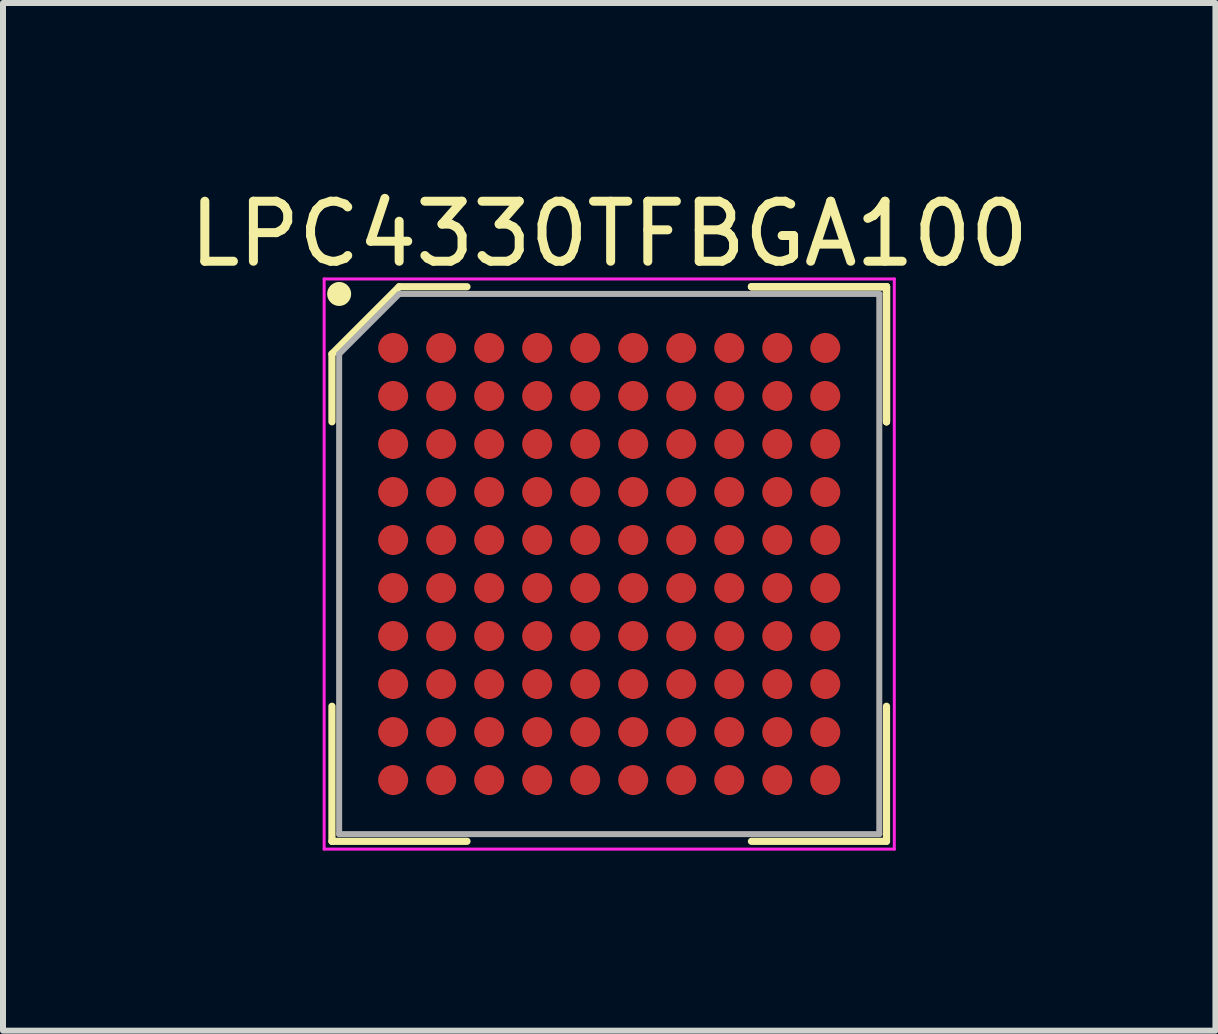
<source format=kicad_pcb>
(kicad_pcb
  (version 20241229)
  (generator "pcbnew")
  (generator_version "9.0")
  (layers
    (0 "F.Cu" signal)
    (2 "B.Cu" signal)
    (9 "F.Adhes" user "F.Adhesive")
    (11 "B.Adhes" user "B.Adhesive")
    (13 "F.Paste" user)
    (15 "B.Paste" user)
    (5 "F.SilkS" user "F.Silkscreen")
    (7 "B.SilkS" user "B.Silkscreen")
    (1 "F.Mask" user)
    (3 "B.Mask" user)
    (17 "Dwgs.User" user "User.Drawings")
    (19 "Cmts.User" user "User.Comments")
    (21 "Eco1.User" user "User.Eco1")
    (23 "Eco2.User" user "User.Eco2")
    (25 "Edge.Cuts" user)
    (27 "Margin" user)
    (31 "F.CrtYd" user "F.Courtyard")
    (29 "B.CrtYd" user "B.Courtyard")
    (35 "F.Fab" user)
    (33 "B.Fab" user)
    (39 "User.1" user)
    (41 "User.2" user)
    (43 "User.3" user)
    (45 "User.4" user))
  (footprint "LPC4330TFBGA100"
    (layer "F.Cu")
    (at 7.101 6.348)
    (property "Reference" "LPC4330TFBGA100" (at 0 -5.5 0) (layer "F.SilkS") (effects (font (size 1 1) (thickness 0.15))))
    (attr smd)
    (fp_line (start -4.62 -3.5) (end -4.62 -2.37) (stroke (width 0.12) (type solid)) (layer "F.SilkS"))
    (fp_line (start -4.62 4.62) (end -4.62 2.37) (stroke (width 0.12) (type solid)) (layer "F.SilkS"))
    (fp_line (start -3.5 -4.62) (end -4.62 -3.5) (stroke (width 0.12) (type solid)) (layer "F.SilkS"))
    (fp_line (start -2.37 -4.62) (end -3.5 -4.62) (stroke (width 0.12) (type solid)) (layer "F.SilkS"))
    (fp_line (start -2.37 4.62) (end -4.62 4.62) (stroke (width 0.12) (type solid)) (layer "F.SilkS"))
    (fp_line (start 2.37 -4.62) (end 4.62 -4.62) (stroke (width 0.12) (type solid)) (layer "F.SilkS"))
    (fp_line (start 2.37 -4.62) (end 4.62 -4.62) (stroke (width 0.12) (type solid)) (layer "F.SilkS"))
    (fp_line (start 2.37 -4.62) (end 4.62 -4.62) (stroke (width 0.12) (type solid)) (layer "F.SilkS"))
    (fp_line (start 2.37 4.62) (end 4.62 4.62) (stroke (width 0.12) (type solid)) (layer "F.SilkS"))
    (fp_line (start 4.62 -4.62) (end 4.62 -2.37) (stroke (width 0.12) (type solid)) (layer "F.SilkS"))
    (fp_line (start 4.62 -4.62) (end 4.62 -2.37) (stroke (width 0.12) (type solid)) (layer "F.SilkS"))
    (fp_line (start 4.62 -4.62) (end 4.62 -2.37) (stroke (width 0.12) (type solid)) (layer "F.SilkS"))
    (fp_line (start 4.62 4.62) (end 4.62 2.37) (stroke (width 0.12) (type solid)) (layer "F.SilkS"))
    (fp_circle (center -4.5 -4.5) (end -4.5 -4.4) (stroke (width 0.2) (type solid)) (fill no) (layer "F.SilkS"))
    (fp_line (start -4.75 -4.75) (end 4.75 -4.75) (stroke (width 0.05) (type solid)) (layer "F.CrtYd"))
    (fp_line (start -4.75 4.75) (end -4.75 -4.75) (stroke (width 0.05) (type solid)) (layer "F.CrtYd"))
    (fp_line (start 4.75 -4.75) (end 4.75 4.75) (stroke (width 0.05) (type solid)) (layer "F.CrtYd"))
    (fp_line (start 4.75 4.75) (end -4.75 4.75) (stroke (width 0.05) (type solid)) (layer "F.CrtYd"))
    (fp_line (start -4.5 -3.5) (end -4.5 4.5) (stroke (width 0.1) (type solid)) (layer "F.Fab"))
    (fp_line (start -4.5 4.5) (end 4.5 4.5) (stroke (width 0.1) (type solid)) (layer "F.Fab"))
    (fp_line (start -3.5 -4.5) (end -4.5 -3.5) (stroke (width 0.1) (type solid)) (layer "F.Fab"))
    (fp_line (start 4.5 -4.5) (end -3.5 -4.5) (stroke (width 0.1) (type solid)) (layer "F.Fab"))
    (fp_line (start 4.5 4.5) (end 4.5 -4.5) (stroke (width 0.1) (type solid)) (layer "F.Fab"))
    (pad "A1" smd circle (at -3.6 -3.6) (size 0.5 0.5) (layers "F.Cu" "F.Mask" "F.Paste"))
    (pad "A2" smd circle (at -2.8 -3.6) (size 0.5 0.5) (layers "F.Cu" "F.Mask" "F.Paste"))
    (pad "A3" smd circle (at -2 -3.6) (size 0.5 0.5) (layers "F.Cu" "F.Mask" "F.Paste"))
    (pad "A4" smd circle (at -1.2 -3.6) (size 0.5 0.5) (layers "F.Cu" "F.Mask" "F.Paste"))
    (pad "A5" smd circle (at -0.4 -3.6) (size 0.5 0.5) (layers "F.Cu" "F.Mask" "F.Paste"))
    (pad "A6" smd circle (at 0.4 -3.6) (size 0.5 0.5) (layers "F.Cu" "F.Mask" "F.Paste"))
    (pad "A7" smd circle (at 1.2 -3.6) (size 0.5 0.5) (layers "F.Cu" "F.Mask" "F.Paste"))
    (pad "A8" smd circle (at 2 -3.6) (size 0.5 0.5) (layers "F.Cu" "F.Mask" "F.Paste"))
    (pad "A9" smd circle (at 2.8 -3.6) (size 0.5 0.5) (layers "F.Cu" "F.Mask" "F.Paste"))
    (pad "A10" smd circle (at 3.6 -3.6) (size 0.5 0.5) (layers "F.Cu" "F.Mask" "F.Paste"))
    (pad "B1" smd circle (at -3.6 -2.8) (size 0.5 0.5) (layers "F.Cu" "F.Mask" "F.Paste"))
    (pad "B2" smd circle (at -2.8 -2.8) (size 0.5 0.5) (layers "F.Cu" "F.Mask" "F.Paste"))
    (pad "B3" smd circle (at -2 -2.8) (size 0.5 0.5) (layers "F.Cu" "F.Mask" "F.Paste"))
    (pad "B4" smd circle (at -1.2 -2.8) (size 0.5 0.5) (layers "F.Cu" "F.Mask" "F.Paste"))
    (pad "B5" smd circle (at -0.4 -2.8) (size 0.5 0.5) (layers "F.Cu" "F.Mask" "F.Paste"))
    (pad "B6" smd circle (at 0.4 -2.8) (size 0.5 0.5) (layers "F.Cu" "F.Mask" "F.Paste"))
    (pad "B7" smd circle (at 1.2 -2.8) (size 0.5 0.5) (layers "F.Cu" "F.Mask" "F.Paste"))
    (pad "B8" smd circle (at 2 -2.8) (size 0.5 0.5) (layers "F.Cu" "F.Mask" "F.Paste"))
    (pad "B9" smd circle (at 2.8 -2.8) (size 0.5 0.5) (layers "F.Cu" "F.Mask" "F.Paste"))
    (pad "B10" smd circle (at 3.6 -2.8) (size 0.5 0.5) (layers "F.Cu" "F.Mask" "F.Paste"))
    (pad "C1" smd circle (at -3.6 -2) (size 0.5 0.5) (layers "F.Cu" "F.Mask" "F.Paste"))
    (pad "C2" smd circle (at -2.8 -2) (size 0.5 0.5) (layers "F.Cu" "F.Mask" "F.Paste"))
    (pad "C3" smd circle (at -2 -2) (size 0.5 0.5) (layers "F.Cu" "F.Mask" "F.Paste"))
    (pad "C4" smd circle (at -1.2 -2) (size 0.5 0.5) (layers "F.Cu" "F.Mask" "F.Paste"))
    (pad "C5" smd circle (at -0.4 -2) (size 0.5 0.5) (layers "F.Cu" "F.Mask" "F.Paste"))
    (pad "C6" smd circle (at 0.4 -2) (size 0.5 0.5) (layers "F.Cu" "F.Mask" "F.Paste"))
    (pad "C7" smd circle (at 1.2 -2) (size 0.5 0.5) (layers "F.Cu" "F.Mask" "F.Paste"))
    (pad "C8" smd circle (at 2 -2) (size 0.5 0.5) (layers "F.Cu" "F.Mask" "F.Paste"))
    (pad "C9" smd circle (at 2.8 -2) (size 0.5 0.5) (layers "F.Cu" "F.Mask" "F.Paste"))
    (pad "C10" smd circle (at 3.6 -2) (size 0.5 0.5) (layers "F.Cu" "F.Mask" "F.Paste"))
    (pad "D1" smd circle (at -3.6 -1.2) (size 0.5 0.5) (layers "F.Cu" "F.Mask" "F.Paste"))
    (pad "D2" smd circle (at -2.8 -1.2) (size 0.5 0.5) (layers "F.Cu" "F.Mask" "F.Paste"))
    (pad "D3" smd circle (at -2 -1.2) (size 0.5 0.5) (layers "F.Cu" "F.Mask" "F.Paste"))
    (pad "D4" smd circle (at -1.2 -1.2) (size 0.5 0.5) (layers "F.Cu" "F.Mask" "F.Paste"))
    (pad "D5" smd circle (at -0.4 -1.2) (size 0.5 0.5) (layers "F.Cu" "F.Mask" "F.Paste"))
    (pad "D6" smd circle (at 0.4 -1.2) (size 0.5 0.5) (layers "F.Cu" "F.Mask" "F.Paste"))
    (pad "D7" smd circle (at 1.2 -1.2) (size 0.5 0.5) (layers "F.Cu" "F.Mask" "F.Paste"))
    (pad "D8" smd circle (at 2 -1.2) (size 0.5 0.5) (layers "F.Cu" "F.Mask" "F.Paste"))
    (pad "D9" smd circle (at 2.8 -1.2) (size 0.5 0.5) (layers "F.Cu" "F.Mask" "F.Paste"))
    (pad "D10" smd circle (at 3.6 -1.2) (size 0.5 0.5) (layers "F.Cu" "F.Mask" "F.Paste"))
    (pad "E1" smd circle (at -3.6 -0.4) (size 0.5 0.5) (layers "F.Cu" "F.Mask" "F.Paste"))
    (pad "E2" smd circle (at -2.8 -0.4) (size 0.5 0.5) (layers "F.Cu" "F.Mask" "F.Paste"))
    (pad "E3" smd circle (at -2 -0.4) (size 0.5 0.5) (layers "F.Cu" "F.Mask" "F.Paste"))
    (pad "E4" smd circle (at -1.2 -0.4) (size 0.5 0.5) (layers "F.Cu" "F.Mask" "F.Paste"))
    (pad "E5" smd circle (at -0.4 -0.4) (size 0.5 0.5) (layers "F.Cu" "F.Mask" "F.Paste"))
    (pad "E6" smd circle (at 0.4 -0.4) (size 0.5 0.5) (layers "F.Cu" "F.Mask" "F.Paste"))
    (pad "E7" smd circle (at 1.2 -0.4) (size 0.5 0.5) (layers "F.Cu" "F.Mask" "F.Paste"))
    (pad "E8" smd circle (at 2 -0.4) (size 0.5 0.5) (layers "F.Cu" "F.Mask" "F.Paste"))
    (pad "E9" smd circle (at 2.8 -0.4) (size 0.5 0.5) (layers "F.Cu" "F.Mask" "F.Paste"))
    (pad "E10" smd circle (at 3.6 -0.4) (size 0.5 0.5) (layers "F.Cu" "F.Mask" "F.Paste"))
    (pad "F1" smd circle (at -3.6 0.4) (size 0.5 0.5) (layers "F.Cu" "F.Mask" "F.Paste"))
    (pad "F2" smd circle (at -2.8 0.4) (size 0.5 0.5) (layers "F.Cu" "F.Mask" "F.Paste"))
    (pad "F3" smd circle (at -2 0.4) (size 0.5 0.5) (layers "F.Cu" "F.Mask" "F.Paste"))
    (pad "F4" smd circle (at -1.2 0.4) (size 0.5 0.5) (layers "F.Cu" "F.Mask" "F.Paste"))
    (pad "F5" smd circle (at -0.4 0.4) (size 0.5 0.5) (layers "F.Cu" "F.Mask" "F.Paste"))
    (pad "F6" smd circle (at 0.4 0.4) (size 0.5 0.5) (layers "F.Cu" "F.Mask" "F.Paste"))
    (pad "F7" smd circle (at 1.2 0.4) (size 0.5 0.5) (layers "F.Cu" "F.Mask" "F.Paste"))
    (pad "F8" smd circle (at 2 0.4) (size 0.5 0.5) (layers "F.Cu" "F.Mask" "F.Paste"))
    (pad "F9" smd circle (at 2.8 0.4) (size 0.5 0.5) (layers "F.Cu" "F.Mask" "F.Paste"))
    (pad "F10" smd circle (at 3.6 0.4) (size 0.5 0.5) (layers "F.Cu" "F.Mask" "F.Paste"))
    (pad "G1" smd circle (at -3.6 1.2) (size 0.5 0.5) (layers "F.Cu" "F.Mask" "F.Paste"))
    (pad "G2" smd circle (at -2.8 1.2) (size 0.5 0.5) (layers "F.Cu" "F.Mask" "F.Paste"))
    (pad "G3" smd circle (at -2 1.2) (size 0.5 0.5) (layers "F.Cu" "F.Mask" "F.Paste"))
    (pad "G4" smd circle (at -1.2 1.2) (size 0.5 0.5) (layers "F.Cu" "F.Mask" "F.Paste"))
    (pad "G5" smd circle (at -0.4 1.2) (size 0.5 0.5) (layers "F.Cu" "F.Mask" "F.Paste"))
    (pad "G6" smd circle (at 0.4 1.2) (size 0.5 0.5) (layers "F.Cu" "F.Mask" "F.Paste"))
    (pad "G7" smd circle (at 1.2 1.2) (size 0.5 0.5) (layers "F.Cu" "F.Mask" "F.Paste"))
    (pad "G8" smd circle (at 2 1.2) (size 0.5 0.5) (layers "F.Cu" "F.Mask" "F.Paste"))
    (pad "G9" smd circle (at 2.8 1.2) (size 0.5 0.5) (layers "F.Cu" "F.Mask" "F.Paste"))
    (pad "G10" smd circle (at 3.6 1.2) (size 0.5 0.5) (layers "F.Cu" "F.Mask" "F.Paste"))
    (pad "H1" smd circle (at -3.6 2) (size 0.5 0.5) (layers "F.Cu" "F.Mask" "F.Paste"))
    (pad "H2" smd circle (at -2.8 2) (size 0.5 0.5) (layers "F.Cu" "F.Mask" "F.Paste"))
    (pad "H3" smd circle (at -2 2) (size 0.5 0.5) (layers "F.Cu" "F.Mask" "F.Paste"))
    (pad "H4" smd circle (at -1.2 2) (size 0.5 0.5) (layers "F.Cu" "F.Mask" "F.Paste"))
    (pad "H5" smd circle (at -0.4 2) (size 0.5 0.5) (layers "F.Cu" "F.Mask" "F.Paste"))
    (pad "H6" smd circle (at 0.4 2) (size 0.5 0.5) (layers "F.Cu" "F.Mask" "F.Paste"))
    (pad "H7" smd circle (at 1.2 2) (size 0.5 0.5) (layers "F.Cu" "F.Mask" "F.Paste"))
    (pad "H8" smd circle (at 2 2) (size 0.5 0.5) (layers "F.Cu" "F.Mask" "F.Paste"))
    (pad "H9" smd circle (at 2.8 2) (size 0.5 0.5) (layers "F.Cu" "F.Mask" "F.Paste"))
    (pad "H10" smd circle (at 3.6 2) (size 0.5 0.5) (layers "F.Cu" "F.Mask" "F.Paste"))
    (pad "J1" smd circle (at -3.6 2.8) (size 0.5 0.5) (layers "F.Cu" "F.Mask" "F.Paste"))
    (pad "J2" smd circle (at -2.8 2.8) (size 0.5 0.5) (layers "F.Cu" "F.Mask" "F.Paste"))
    (pad "J3" smd circle (at -2 2.8) (size 0.5 0.5) (layers "F.Cu" "F.Mask" "F.Paste"))
    (pad "J4" smd circle (at -1.2 2.8) (size 0.5 0.5) (layers "F.Cu" "F.Mask" "F.Paste"))
    (pad "J5" smd circle (at -0.4 2.8) (size 0.5 0.5) (layers "F.Cu" "F.Mask" "F.Paste"))
    (pad "J6" smd circle (at 0.4 2.8) (size 0.5 0.5) (layers "F.Cu" "F.Mask" "F.Paste"))
    (pad "J7" smd circle (at 1.2 2.8) (size 0.5 0.5) (layers "F.Cu" "F.Mask" "F.Paste"))
    (pad "J8" smd circle (at 2 2.8) (size 0.5 0.5) (layers "F.Cu" "F.Mask" "F.Paste"))
    (pad "J9" smd circle (at 2.8 2.8) (size 0.5 0.5) (layers "F.Cu" "F.Mask" "F.Paste"))
    (pad "J10" smd circle (at 3.6 2.8) (size 0.5 0.5) (layers "F.Cu" "F.Mask" "F.Paste"))
    (pad "K1" smd circle (at -3.6 3.6) (size 0.5 0.5) (layers "F.Cu" "F.Mask" "F.Paste"))
    (pad "K2" smd circle (at -2.8 3.6) (size 0.5 0.5) (layers "F.Cu" "F.Mask" "F.Paste"))
    (pad "K3" smd circle (at -2 3.6) (size 0.5 0.5) (layers "F.Cu" "F.Mask" "F.Paste"))
    (pad "K4" smd circle (at -1.2 3.6) (size 0.5 0.5) (layers "F.Cu" "F.Mask" "F.Paste"))
    (pad "K5" smd circle (at -0.4 3.6) (size 0.5 0.5) (layers "F.Cu" "F.Mask" "F.Paste"))
    (pad "K6" smd circle (at 0.4 3.6) (size 0.5 0.5) (layers "F.Cu" "F.Mask" "F.Paste"))
    (pad "K7" smd circle (at 1.2 3.6) (size 0.5 0.5) (layers "F.Cu" "F.Mask" "F.Paste"))
    (pad "K8" smd circle (at 2 3.6) (size 0.5 0.5) (layers "F.Cu" "F.Mask" "F.Paste"))
    (pad "K9" smd circle (at 2.8 3.6) (size 0.5 0.5) (layers "F.Cu" "F.Mask" "F.Paste"))
    (pad "K10" smd circle (at 3.6 3.6) (size 0.5 0.5) (layers "F.Cu" "F.Mask" "F.Paste")))
  (gr_rect
    (start -3 -3)
    (end 17.202 14.123)
    (stroke (width 0.1) (type default))
    (fill no)
    (layer "Edge.Cuts")))
</source>
